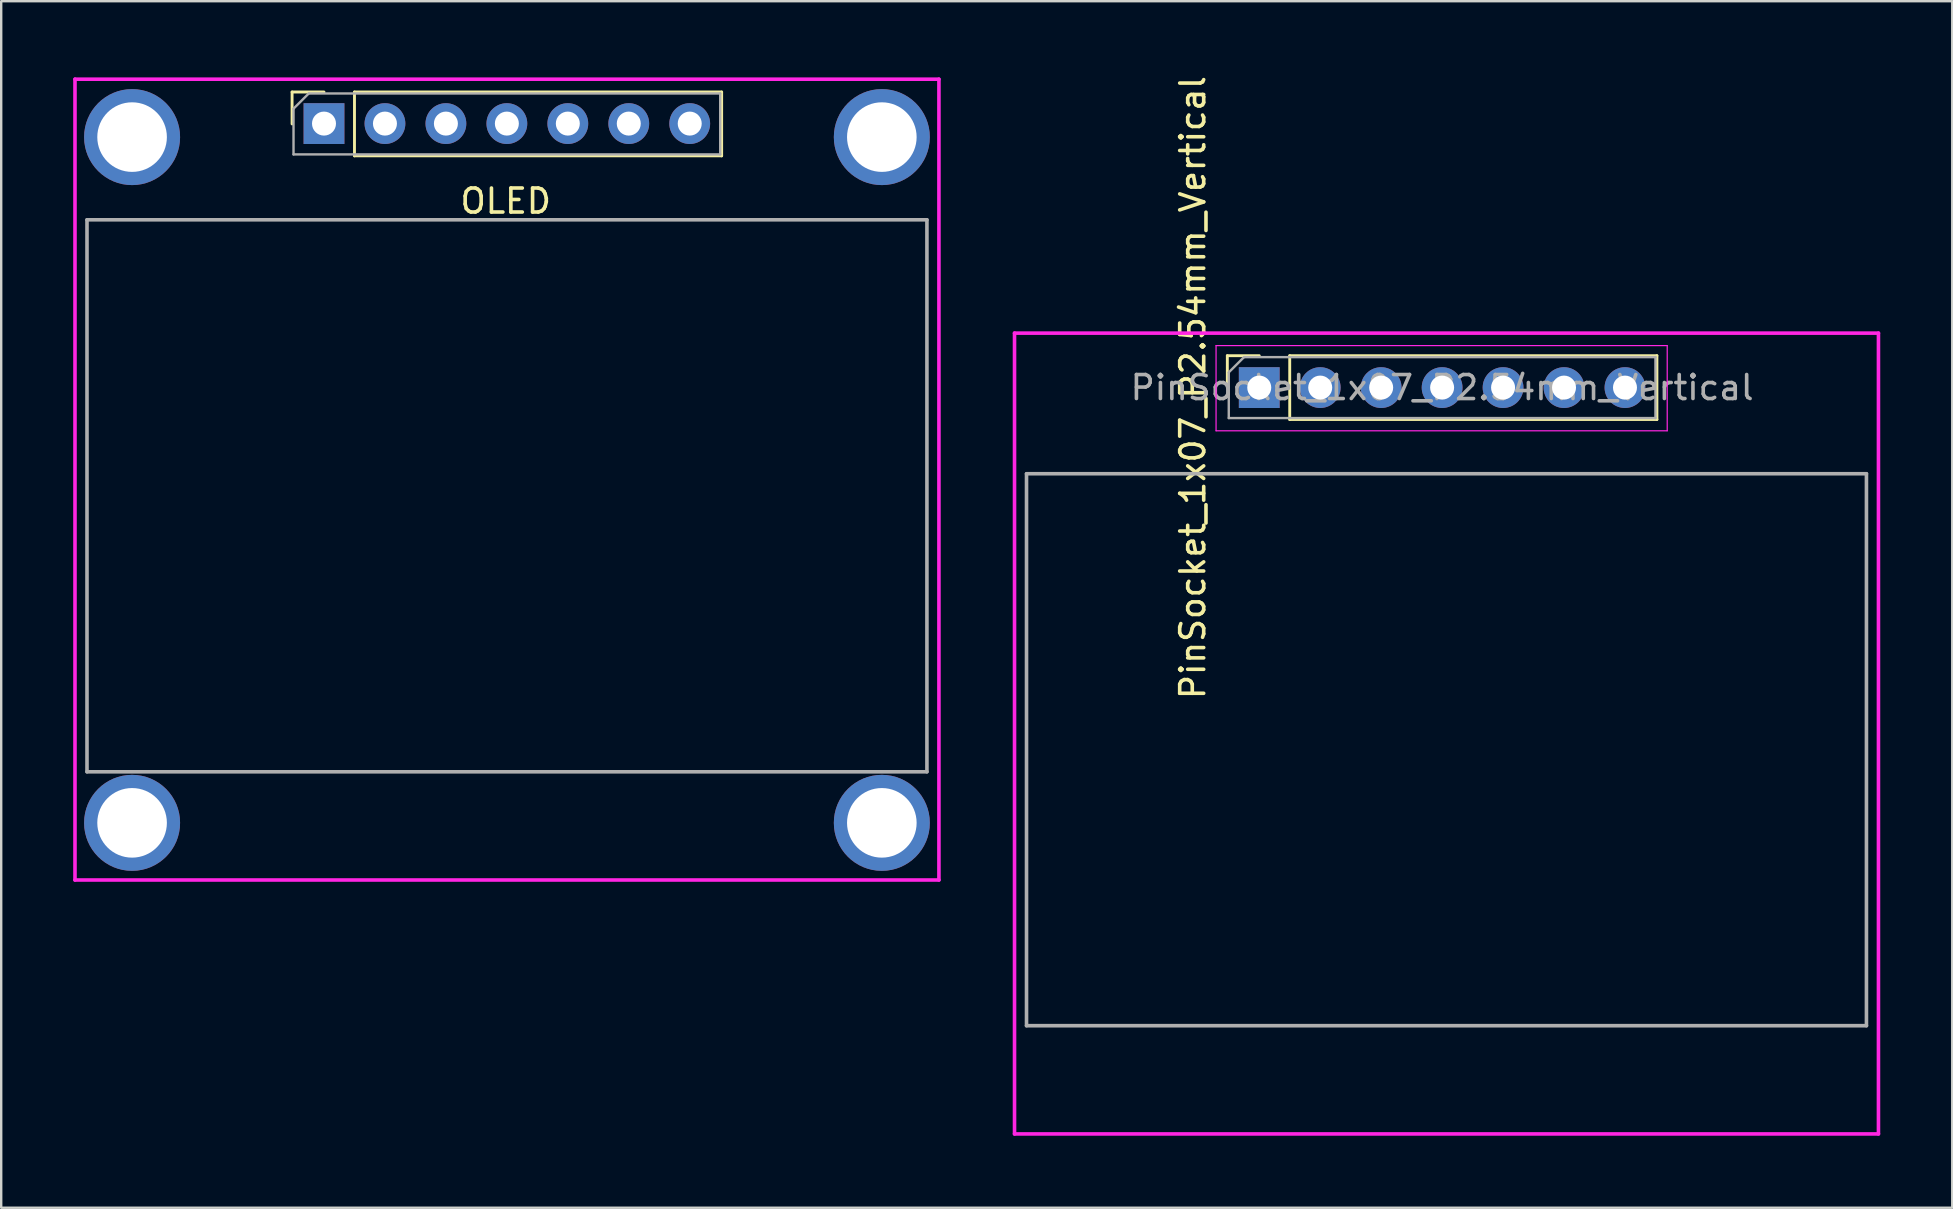
<source format=kicad_pcb>
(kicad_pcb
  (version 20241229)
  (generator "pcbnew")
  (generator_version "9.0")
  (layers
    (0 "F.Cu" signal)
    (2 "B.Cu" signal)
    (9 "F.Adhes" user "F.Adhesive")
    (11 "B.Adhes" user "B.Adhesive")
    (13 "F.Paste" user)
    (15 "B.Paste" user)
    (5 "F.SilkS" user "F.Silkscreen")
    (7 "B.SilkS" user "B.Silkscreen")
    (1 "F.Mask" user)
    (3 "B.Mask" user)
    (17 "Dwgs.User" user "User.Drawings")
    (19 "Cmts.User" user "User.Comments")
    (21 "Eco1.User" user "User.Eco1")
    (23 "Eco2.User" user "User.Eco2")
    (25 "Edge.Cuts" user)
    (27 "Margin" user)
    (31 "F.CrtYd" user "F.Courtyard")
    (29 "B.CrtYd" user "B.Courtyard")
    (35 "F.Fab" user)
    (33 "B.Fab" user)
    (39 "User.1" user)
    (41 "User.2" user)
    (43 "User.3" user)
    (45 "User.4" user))
  (footprint "PinSocket_1x07_P2.54mm_Vertical"
    (layer "F.Cu")
    (at 57.225 10.831)
    (property "Reference" "PinSocket_1x07_P2.54mm_Vertical" (at -10.572 2.27 90) (layer "F.SilkS") (effects (font (size 1 1) (thickness 0.15))))
    (attr through_hole)
    (fp_line (start -9.132 0.94) (end -7.802 0.94) (stroke (width 0.12) (type solid)) (layer "F.SilkS"))
    (fp_line (start -9.132 2.27) (end -9.132 0.94) (stroke (width 0.12) (type solid)) (layer "F.SilkS"))
    (fp_line (start -6.532 0.94) (end 8.768 0.94) (stroke (width 0.12) (type solid)) (layer "F.SilkS"))
    (fp_line (start -6.532 3.6) (end -6.532 0.94) (stroke (width 0.12) (type solid)) (layer "F.SilkS"))
    (fp_line (start -6.532 3.6) (end 8.768 3.6) (stroke (width 0.12) (type solid)) (layer "F.SilkS"))
    (fp_line (start 8.768 3.6) (end 8.768 0.94) (stroke (width 0.12) (type solid)) (layer "F.SilkS"))
    (fp_line (start -18 0) (end -18 33.37) (stroke (width 0.15) (type solid)) (layer "F.CrtYd"))
    (fp_line (start -18 0) (end 18 0) (stroke (width 0.15) (type solid)) (layer "F.CrtYd"))
    (fp_line (start -18 33.37) (end 18 33.37) (stroke (width 0.15) (type solid)) (layer "F.CrtYd"))
    (fp_line (start -9.602 0.52) (end 9.198 0.52) (stroke (width 0.05) (type solid)) (layer "F.CrtYd"))
    (fp_line (start -9.602 4.07) (end -9.602 0.52) (stroke (width 0.05) (type solid)) (layer "F.CrtYd"))
    (fp_line (start 9.198 0.52) (end 9.198 4.07) (stroke (width 0.05) (type solid)) (layer "F.CrtYd"))
    (fp_line (start 9.198 4.07) (end -9.602 4.07) (stroke (width 0.05) (type solid)) (layer "F.CrtYd"))
    (fp_line (start 18 0) (end 18 33.37) (stroke (width 0.15) (type solid)) (layer "F.CrtYd"))
    (fp_line (start -17.5 5.86) (end -17.5 28.86) (stroke (width 0.15) (type solid)) (layer "F.Fab"))
    (fp_line (start -17.5 5.86) (end 17.5 5.86) (stroke (width 0.15) (type solid)) (layer "F.Fab"))
    (fp_line (start -17.5 28.86) (end 17.5 28.86) (stroke (width 0.15) (type solid)) (layer "F.Fab"))
    (fp_line (start -9.072 1.635) (end -8.437 1) (stroke (width 0.1) (type solid)) (layer "F.Fab"))
    (fp_line (start -9.072 3.54) (end -9.072 1.635) (stroke (width 0.1) (type solid)) (layer "F.Fab"))
    (fp_line (start -8.437 1) (end 8.708 1) (stroke (width 0.1) (type solid)) (layer "F.Fab"))
    (fp_line (start 8.708 1) (end 8.708 3.54) (stroke (width 0.1) (type solid)) (layer "F.Fab"))
    (fp_line (start 8.708 3.54) (end -9.072 3.54) (stroke (width 0.1) (type solid)) (layer "F.Fab"))
    (fp_line (start 17.5 5.86) (end 17.5 28.86) (stroke (width 0.15) (type solid)) (layer "F.Fab"))
    (fp_text user "${REFERENCE}" (at -0.182 2.27 180) (layer "F.Fab") (effects (font (size 1 1) (thickness 0.15))))
    (pad "1" thru_hole rect (at -7.802 2.27 90) (size 1.7 1.7) (drill 1) (layers "*.Cu" "*.Mask"))
    (pad "2" thru_hole oval (at -5.262 2.27 90) (size 1.7 1.7) (drill 1) (layers "*.Cu" "*.Mask"))
    (pad "3" thru_hole oval (at -2.722 2.27 90) (size 1.7 1.7) (drill 1) (layers "*.Cu" "*.Mask"))
    (pad "4" thru_hole oval (at -0.182 2.27 90) (size 1.7 1.7) (drill 1) (layers "*.Cu" "*.Mask"))
    (pad "5" thru_hole oval (at 2.358 2.27 90) (size 1.7 1.7) (drill 1) (layers "*.Cu" "*.Mask"))
    (pad "6" thru_hole oval (at 4.898 2.27 90) (size 1.7 1.7) (drill 1) (layers "*.Cu" "*.Mask"))
    (pad "7" thru_hole oval (at 7.438 2.27 90) (size 1.7 1.7) (drill 1) (layers "*.Cu" "*.Mask")))
  (footprint "OLED"
    (layer "F.Cu")
    (at 18.075 0.25)
    (property "Reference" "OLED" (at -0.051 5.08 180) (layer "F.SilkS") (effects (font (size 1 1) (thickness 0.15))))
    (attr through_hole)
    (fp_line (start -8.954 0.534) (end -7.624 0.534) (stroke (width 0.12) (type solid)) (layer "F.SilkS"))
    (fp_line (start -8.954 1.864) (end -8.954 0.534) (stroke (width 0.12) (type solid)) (layer "F.SilkS"))
    (fp_line (start -6.354 0.534) (end 8.946 0.534) (stroke (width 0.12) (type solid)) (layer "F.SilkS"))
    (fp_line (start -6.354 3.194) (end -6.354 0.534) (stroke (width 0.12) (type solid)) (layer "F.SilkS"))
    (fp_line (start -6.354 3.194) (end 8.946 3.194) (stroke (width 0.12) (type solid)) (layer "F.SilkS"))
    (fp_line (start 8.946 3.194) (end 8.946 0.534) (stroke (width 0.12) (type solid)) (layer "F.SilkS"))
    (fp_line (start -18 0) (end -18 33.37) (stroke (width 0.15) (type solid)) (layer "F.CrtYd"))
    (fp_line (start -18 0) (end 18 0) (stroke (width 0.15) (type solid)) (layer "F.CrtYd"))
    (fp_line (start -18 33.37) (end 18 33.37) (stroke (width 0.15) (type solid)) (layer "F.CrtYd"))
    (fp_line (start 18 0) (end 18 33.37) (stroke (width 0.15) (type solid)) (layer "F.CrtYd"))
    (fp_line (start -17.5 5.86) (end -17.5 28.86) (stroke (width 0.15) (type solid)) (layer "F.Fab"))
    (fp_line (start -17.5 5.86) (end 17.5 5.86) (stroke (width 0.15) (type solid)) (layer "F.Fab"))
    (fp_line (start -17.5 28.86) (end 17.5 28.86) (stroke (width 0.15) (type solid)) (layer "F.Fab"))
    (fp_line (start -8.894 1.229) (end -8.259 0.594) (stroke (width 0.1) (type solid)) (layer "F.Fab"))
    (fp_line (start -8.894 3.134) (end -8.894 1.229) (stroke (width 0.1) (type solid)) (layer "F.Fab"))
    (fp_line (start -8.259 0.594) (end 8.886 0.594) (stroke (width 0.1) (type solid)) (layer "F.Fab"))
    (fp_line (start 8.886 0.594) (end 8.886 3.134) (stroke (width 0.1) (type solid)) (layer "F.Fab"))
    (fp_line (start 8.886 3.134) (end -8.894 3.134) (stroke (width 0.1) (type solid)) (layer "F.Fab"))
    (fp_line (start 17.5 5.86) (end 17.5 28.86) (stroke (width 0.15) (type solid)) (layer "F.Fab"))
    (pad "1" thru_hole circle (at -15.621 2.413) (size 4 4) (drill 2.9) (layers "*.Cu" "*.Mask"))
    (pad "1" thru_hole circle (at -15.621 30.988) (size 4 4) (drill 2.9) (layers "*.Cu" "*.Mask"))
    (pad "1" thru_hole rect (at -7.624 1.85 90) (size 1.7 1.7) (drill 1) (layers "*.Cu" "*.Mask"))
    (pad "1" thru_hole circle (at 15.621 2.413) (size 4 4) (drill 2.9) (layers "*.Cu" "*.Mask"))
    (pad "1" thru_hole circle (at 15.621 30.988) (size 4 4) (drill 2.9) (layers "*.Cu" "*.Mask"))
    (pad "2" thru_hole oval (at -5.084 1.85 90) (size 1.7 1.7) (drill 1) (layers "*.Cu" "*.Mask"))
    (pad "3" thru_hole oval (at -2.544 1.85 90) (size 1.7 1.7) (drill 1) (layers "*.Cu" "*.Mask"))
    (pad "4" thru_hole oval (at -0.004 1.85 90) (size 1.7 1.7) (drill 1) (layers "*.Cu" "*.Mask"))
    (pad "5" thru_hole oval (at 2.536 1.85 90) (size 1.7 1.7) (drill 1) (layers "*.Cu" "*.Mask"))
    (pad "6" thru_hole oval (at 5.076 1.85 90) (size 1.7 1.7) (drill 1) (layers "*.Cu" "*.Mask"))
    (pad "7" thru_hole oval (at 7.616 1.85 90) (size 1.7 1.7) (drill 1) (layers "*.Cu" "*.Mask")))
  (gr_rect
    (start -3 -3)
    (end 78.3 47.276)
    (stroke (width 0.1) (type default))
    (fill no)
    (layer "Edge.Cuts")))
</source>
